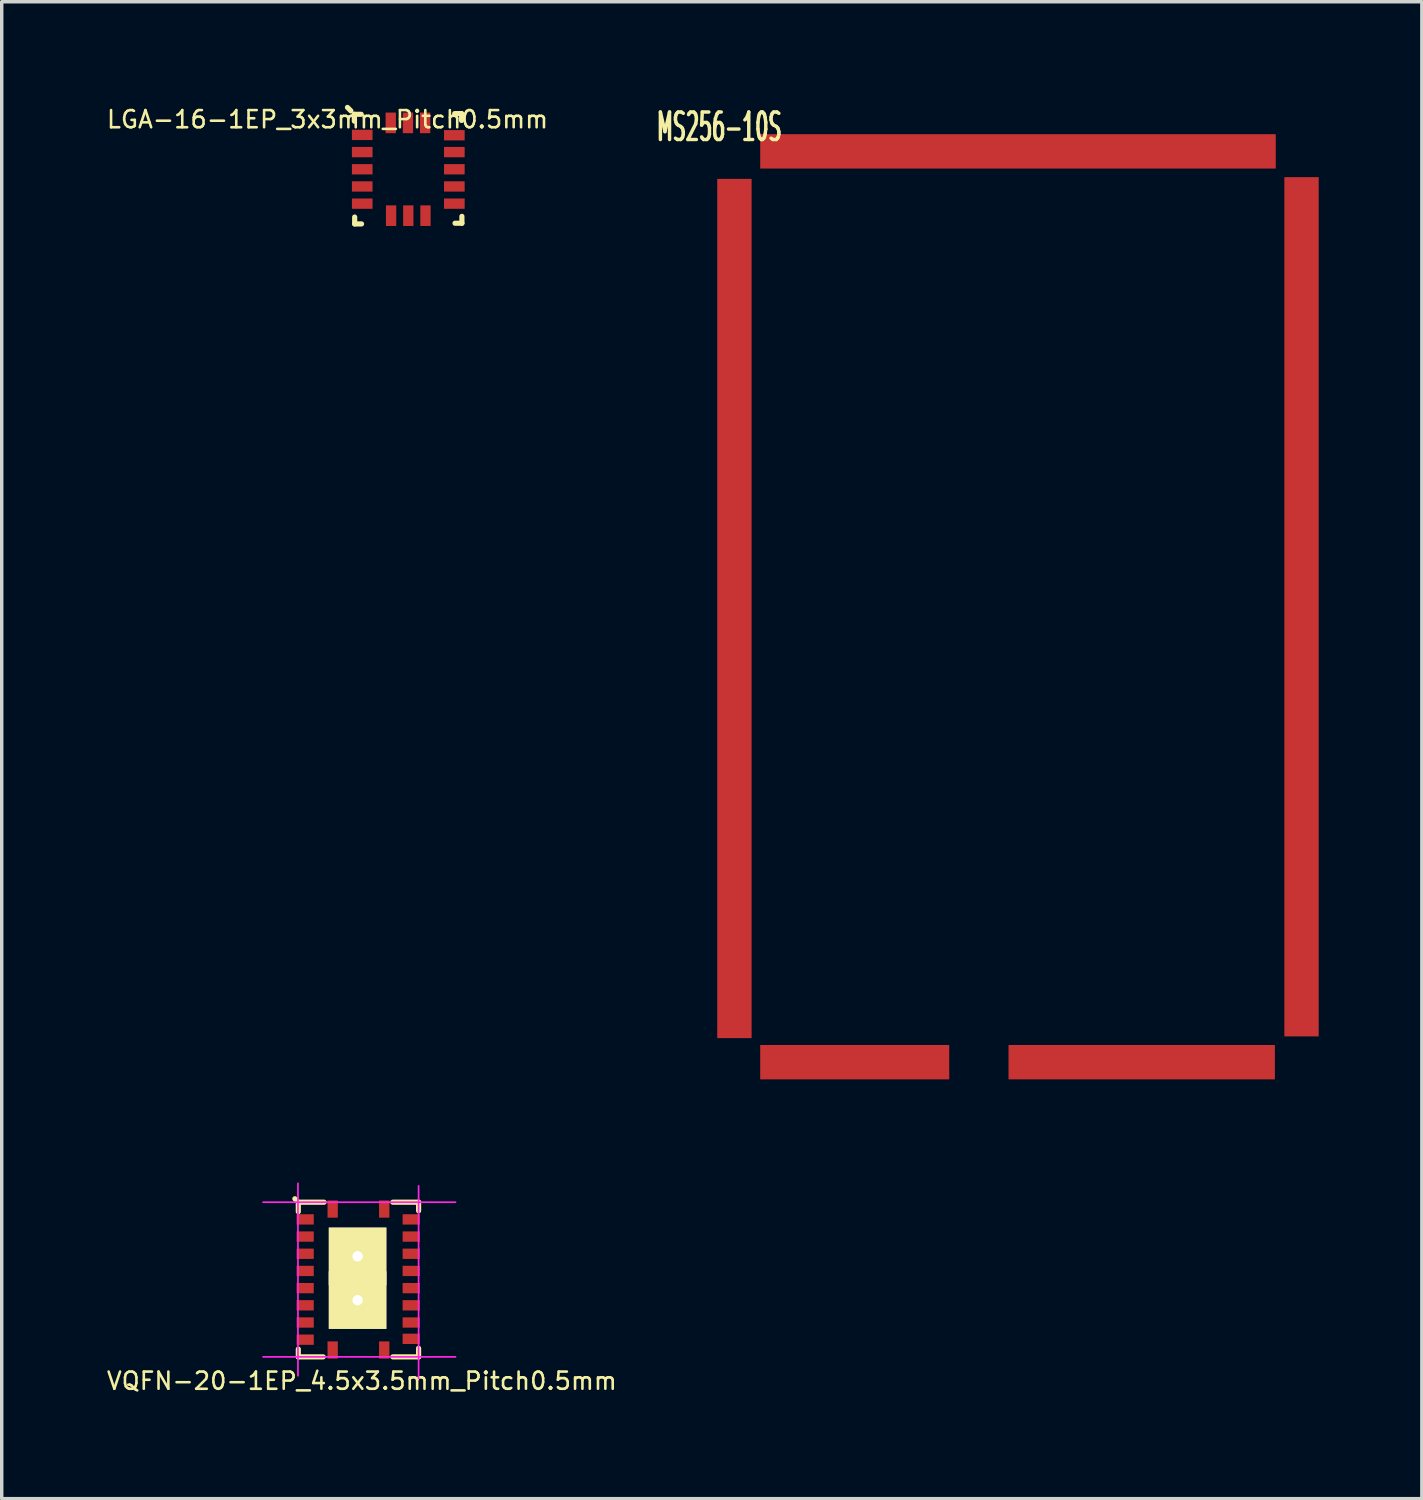
<source format=kicad_pcb>
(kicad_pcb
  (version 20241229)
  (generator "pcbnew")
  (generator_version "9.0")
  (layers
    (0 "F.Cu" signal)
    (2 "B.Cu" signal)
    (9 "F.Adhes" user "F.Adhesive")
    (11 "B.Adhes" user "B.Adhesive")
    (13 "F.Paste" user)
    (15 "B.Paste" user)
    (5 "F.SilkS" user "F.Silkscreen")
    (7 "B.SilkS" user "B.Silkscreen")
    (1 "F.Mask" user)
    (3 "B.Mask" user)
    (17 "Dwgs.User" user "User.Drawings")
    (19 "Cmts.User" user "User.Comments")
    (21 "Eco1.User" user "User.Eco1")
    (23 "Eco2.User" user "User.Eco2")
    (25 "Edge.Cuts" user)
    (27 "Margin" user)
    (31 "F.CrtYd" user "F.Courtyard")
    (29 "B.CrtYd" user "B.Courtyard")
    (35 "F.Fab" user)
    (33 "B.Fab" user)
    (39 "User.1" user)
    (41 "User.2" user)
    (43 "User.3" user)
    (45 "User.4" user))
  (footprint "VQFN-20-1EP_4.5x3.5mm_Pitch0.5mm"
    (layer "F.Cu")
    (at 7.379 34.178)
    (property "Reference" "VQFN-20-1EP_4.5x3.5mm_Pitch0.5mm" (at 0.1 2.95 0) (layer "F.SilkS") (effects (font (size 0.5 0.5) (thickness 0.075))))
    (attr smd)
    (fp_line (start -1.825 -2.325) (end -1.85 -2.35) (stroke (width 0.15) (type solid)) (layer "F.SilkS"))
    (fp_line (start -1.75 -2.25) (end -1 -2.25) (stroke (width 0.15) (type solid)) (layer "F.SilkS"))
    (fp_line (start -1.75 -1.975) (end -1.75 -2.25) (stroke (width 0.15) (type solid)) (layer "F.SilkS"))
    (fp_line (start -1.75 2.025) (end -1.75 2.25) (stroke (width 0.15) (type solid)) (layer "F.SilkS"))
    (fp_line (start -1.75 2.25) (end -1.025 2.25) (stroke (width 0.15) (type solid)) (layer "F.SilkS"))
    (fp_line (start 1 2.25) (end 1.75 2.25) (stroke (width 0.15) (type solid)) (layer "F.SilkS"))
    (fp_line (start 1.75 -2.25) (end 1 -2.25) (stroke (width 0.15) (type solid)) (layer "F.SilkS"))
    (fp_line (start 1.75 -2) (end 1.75 -2.25) (stroke (width 0.15) (type solid)) (layer "F.SilkS"))
    (fp_line (start 1.75 2.25) (end 1.75 2) (stroke (width 0.15) (type solid)) (layer "F.SilkS"))
    (fp_line (start -2.775 -2.25) (end 2.825 -2.25) (stroke (width 0.05) (type solid)) (layer "F.CrtYd"))
    (fp_line (start -2.775 2.25) (end 2.825 2.25) (stroke (width 0.05) (type solid)) (layer "F.CrtYd"))
    (fp_line (start -1.76 -2.8) (end -1.76 2.8) (stroke (width 0.05) (type solid)) (layer "F.CrtYd"))
    (fp_line (start 1.75 -2.725) (end 1.75 2.875) (stroke (width 0.05) (type solid)) (layer "F.CrtYd"))
    (pad "1" smd rect (at -0.75 -2.05 90) (size 0.5 0.3) (layers "F.Cu" "F.Mask" "F.Paste"))
    (pad "2" smd rect (at -1.55 -1.75) (size 0.5 0.3) (layers "F.Cu" "F.Mask" "F.Paste"))
    (pad "3" smd rect (at -1.55 -1.25) (size 0.5 0.3) (layers "F.Cu" "F.Mask" "F.Paste"))
    (pad "4" smd rect (at -1.55 -0.75) (size 0.5 0.3) (layers "F.Cu" "F.Mask" "F.Paste"))
    (pad "5" smd rect (at -1.55 -0.25) (size 0.5 0.3) (layers "F.Cu" "F.Mask" "F.Paste"))
    (pad "6" smd rect (at -1.55 0.25) (size 0.5 0.3) (layers "F.Cu" "F.Mask" "F.Paste"))
    (pad "7" smd rect (at -1.55 0.75) (size 0.5 0.3) (layers "F.Cu" "F.Mask" "F.Paste"))
    (pad "8" smd rect (at -1.55 1.25) (size 0.5 0.3) (layers "F.Cu" "F.Mask" "F.Paste"))
    (pad "9" smd rect (at -1.55 1.75) (size 0.5 0.3) (layers "F.Cu" "F.Mask" "F.Paste"))
    (pad "10" smd rect (at -0.75 2.05 90) (size 0.5 0.3) (layers "F.Cu" "F.Mask" "F.Paste"))
    (pad "11" smd rect (at 0.75 2.05 90) (size 0.5 0.3) (layers "F.Cu" "F.Mask" "F.Paste"))
    (pad "12" smd rect (at 1.535 1.725) (size 0.5 0.3) (layers "F.Cu" "F.Mask" "F.Paste"))
    (pad "13" smd rect (at 1.535 1.25) (size 0.5 0.3) (layers "F.Cu" "F.Mask" "F.Paste"))
    (pad "14" smd rect (at 1.535 0.75) (size 0.5 0.3) (layers "F.Cu" "F.Mask" "F.Paste"))
    (pad "15" smd rect (at 1.535 0.25) (size 0.5 0.3) (layers "F.Cu" "F.Mask" "F.Paste"))
    (pad "16" smd rect (at 1.535 -0.25) (size 0.5 0.3) (layers "F.Cu" "F.Mask" "F.Paste"))
    (pad "17" smd rect (at 1.535 -0.75) (size 0.5 0.3) (layers "F.Cu" "F.Mask" "F.Paste"))
    (pad "18" smd rect (at 1.535 -1.25) (size 0.5 0.3) (layers "F.Cu" "F.Mask" "F.Paste"))
    (pad "19" smd rect (at 1.535 -1.75) (size 0.5 0.3) (layers "F.Cu" "F.Mask" "F.Paste"))
    (pad "20" smd rect (at 0.75 -2.05 90) (size 0.5 0.3) (layers "F.Cu" "F.Mask" "F.Paste"))
    (pad "21" thru_hole rect (at -0.025 -0.675) (size 1.675 1.675) (drill 0.3) (layers "*.Cu" "*.Mask" "F.SilkS" "F.Paste"))
    (pad "21" thru_hole rect (at -0.025 0.6) (size 1.675 1.675) (drill 0.3) (layers "*.Cu" "*.Mask" "F.SilkS" "F.Paste")))
  (footprint "MS256-10S"
    (layer "F.Cu")
    (at 26.568 14.604)
    (property "Reference" "MS256-10S" (at -8.69 -13.96 0) (layer "F.SilkS") (effects (font (size 0.8 0.4) (thickness 0.1))))
    (attr through_hole)
    (fp_poly (pts (xy -8.75 -12.5) (xy -7.5 -13.75) (xy 7.5 -13.75) (xy 8.75 -12.5) (xy 8.75 12.5) (xy 7.5 13.75) (xy -0.3 13.75) (xy -0.3 12.75) (xy 7.75 12.75) (xy 7.75 -12.75) (xy -7.75 -12.75) (xy -7.75 12.75) (xy -1.95 12.75) (xy -1.95 13.75) (xy -7.5 13.75) (xy -8.75 12.5)) (stroke (width 0) (type solid)) (fill yes) (layer "F.Mask"))
    (pad "1" smd rect (at -8.25 0.05) (size 1 25) (layers "F.Cu" "F.Mask" "F.Paste"))
    (pad "1" smd rect (at -4.75 13.25) (size 5.5 1) (layers "F.Cu" "F.Mask" "F.Paste"))
    (pad "1" smd rect (at 0 -13.25) (size 15 1) (layers "F.Cu" "F.Mask" "F.Paste"))
    (pad "1" smd rect (at 3.6 13.25) (size 7.75 1) (layers "F.Cu" "F.Mask" "F.Paste"))
    (pad "1" smd rect (at 8.25 0) (size 1 25) (layers "F.Cu" "F.Mask" "F.Paste")))
  (footprint "LGA-16-1EP_3x3mm_Pitch0.5mm"
    (layer "F.Cu")
    (at 8.829 1.875)
    (property "Reference" "LGA-16-1EP_3x3mm_Pitch0.5mm" (at -2.35 -1.45 180) (layer "F.SilkS") (effects (font (size 0.5 0.5) (thickness 0.075))))
    (attr smd)
    (fp_line (start -1.77 -1.8) (end -1.67 -1.7) (stroke (width 0.15) (type solid)) (layer "F.SilkS"))
    (fp_line (start -1.57 -1.6) (end -1.37 -1.6) (stroke (width 0.15) (type solid)) (layer "F.SilkS"))
    (fp_line (start -1.57 -1.4) (end -1.57 -1.6) (stroke (width 0.15) (type solid)) (layer "F.SilkS"))
    (fp_line (start -1.56 1.39) (end -1.56 1.59) (stroke (width 0.15) (type solid)) (layer "F.SilkS"))
    (fp_line (start -1.56 1.59) (end -1.36 1.59) (stroke (width 0.15) (type solid)) (layer "F.SilkS"))
    (fp_line (start 1.55 -1.62) (end 1.35 -1.62) (stroke (width 0.15) (type solid)) (layer "F.SilkS"))
    (fp_line (start 1.55 -1.42) (end 1.55 -1.62) (stroke (width 0.15) (type solid)) (layer "F.SilkS"))
    (fp_line (start 1.56 1.37) (end 1.56 1.57) (stroke (width 0.15) (type solid)) (layer "F.SilkS"))
    (fp_line (start 1.56 1.57) (end 1.36 1.57) (stroke (width 0.15) (type solid)) (layer "F.SilkS"))
    (pad "1" smd rect (at -1.34 -1) (size 0.6 0.3) (layers "F.Cu" "F.Mask" "F.Paste"))
    (pad "2" smd rect (at -1.34 -0.5) (size 0.6 0.3) (layers "F.Cu" "F.Mask" "F.Paste"))
    (pad "3" smd rect (at -1.34 0) (size 0.6 0.3) (layers "F.Cu" "F.Mask" "F.Paste"))
    (pad "4" smd rect (at -1.34 0.5) (size 0.6 0.3) (layers "F.Cu" "F.Mask" "F.Paste"))
    (pad "5" smd rect (at -1.34 1) (size 0.6 0.3) (layers "F.Cu" "F.Mask" "F.Paste"))
    (pad "6" smd rect (at -0.5 1.35 90) (size 0.6 0.3) (layers "F.Cu" "F.Mask" "F.Paste"))
    (pad "7" smd rect (at 0 1.35 90) (size 0.6 0.3) (layers "F.Cu" "F.Mask" "F.Paste"))
    (pad "8" smd rect (at 0.5 1.35 90) (size 0.6 0.3) (layers "F.Cu" "F.Mask" "F.Paste"))
    (pad "9" smd rect (at 1.34 1) (size 0.6 0.3) (layers "F.Cu" "F.Mask" "F.Paste"))
    (pad "10" smd rect (at 1.34 0.5) (size 0.6 0.3) (layers "F.Cu" "F.Mask" "F.Paste"))
    (pad "11" smd rect (at 1.34 0) (size 0.6 0.3) (layers "F.Cu" "F.Mask" "F.Paste"))
    (pad "12" smd rect (at 1.34 -0.5) (size 0.6 0.3) (layers "F.Cu" "F.Mask" "F.Paste"))
    (pad "13" smd rect (at 1.34 -0.99) (size 0.6 0.3) (layers "F.Cu" "F.Mask" "F.Paste"))
    (pad "14" smd rect (at 0.49 -1.35 90) (size 0.6 0.3) (layers "F.Cu" "F.Mask" "F.Paste"))
    (pad "15" smd rect (at -0.01 -1.35 90) (size 0.6 0.3) (layers "F.Cu" "F.Mask" "F.Paste"))
    (pad "16" smd rect (at -0.51 -1.35 90) (size 0.6 0.3) (layers "F.Cu" "F.Mask" "F.Paste")))
  (gr_rect
    (start -3 -3)
    (end 38.318 40.553)
    (stroke (width 0.1) (type default))
    (fill no)
    (layer "Edge.Cuts")))
</source>
